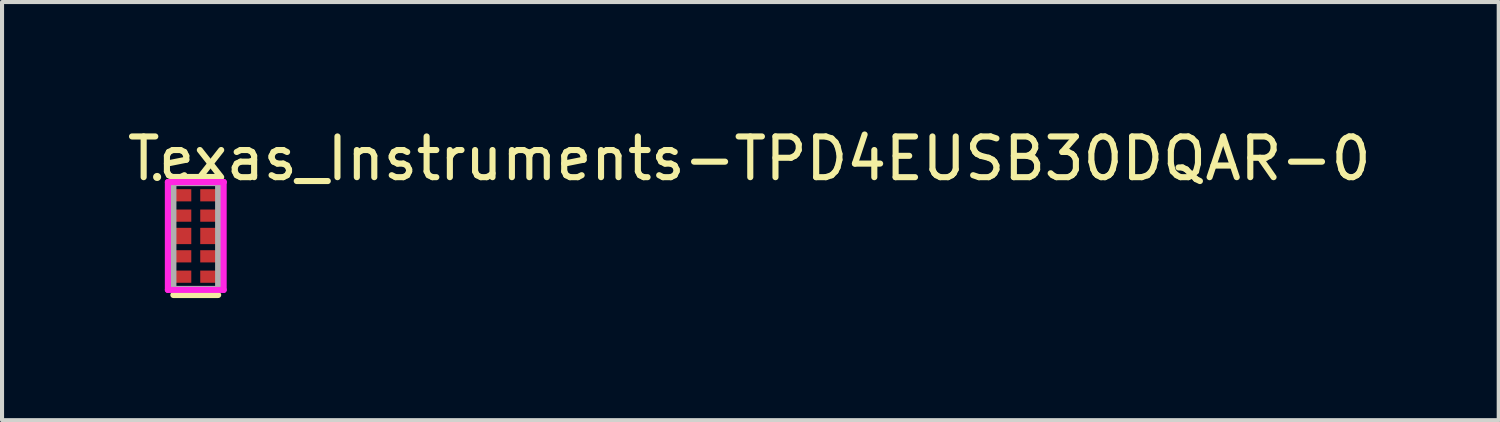
<source format=kicad_pcb>
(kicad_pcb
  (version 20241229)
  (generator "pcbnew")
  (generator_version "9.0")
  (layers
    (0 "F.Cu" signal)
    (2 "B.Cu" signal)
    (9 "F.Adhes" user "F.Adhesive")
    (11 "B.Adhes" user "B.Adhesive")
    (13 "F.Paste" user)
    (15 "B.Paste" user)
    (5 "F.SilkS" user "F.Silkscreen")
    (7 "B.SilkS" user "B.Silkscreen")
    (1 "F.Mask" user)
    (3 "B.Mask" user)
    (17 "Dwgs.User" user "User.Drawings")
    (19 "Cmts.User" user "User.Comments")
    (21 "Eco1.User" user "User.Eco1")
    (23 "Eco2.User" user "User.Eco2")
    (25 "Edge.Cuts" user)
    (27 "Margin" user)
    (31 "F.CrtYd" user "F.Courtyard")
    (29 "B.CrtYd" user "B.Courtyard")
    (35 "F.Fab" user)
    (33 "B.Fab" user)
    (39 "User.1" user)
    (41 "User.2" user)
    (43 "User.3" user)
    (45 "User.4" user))
  (footprint "Texas_Instruments-TPD4EUSB30DQAR-0"
    (layer "F.Cu")
    (at 1.76 2.748)
    (property "Reference" "Texas_Instruments-TPD4EUSB30DQAR-0" (at -1.76 -1.9 0) (layer "F.SilkS") (effects (font (size 1 1) (thickness 0.15)) (justify left)))
    (attr through_hole)
    (fp_line (start -0.55 -1.45) (end 0.55 -1.45) (stroke (width 0.15) (type solid)) (layer "F.SilkS"))
    (fp_line (start -0.55 1.45) (end 0.55 1.45) (stroke (width 0.15) (type solid)) (layer "F.SilkS"))
    (fp_circle (center -0.95 -1.45) (end -0.9 -1.45) (stroke (width 0.1) (type solid)) (fill no) (layer "F.SilkS"))
    (fp_line (start -0.685 -1.325) (end -0.685 1.325) (stroke (width 0.15) (type solid)) (layer "F.CrtYd"))
    (fp_line (start -0.685 1.325) (end 0.685 1.325) (stroke (width 0.15) (type solid)) (layer "F.CrtYd"))
    (fp_line (start 0.685 -1.325) (end -0.685 -1.325) (stroke (width 0.15) (type solid)) (layer "F.CrtYd"))
    (fp_line (start 0.685 -1.325) (end 0.685 -1.325) (stroke (width 0.15) (type solid)) (layer "F.CrtYd"))
    (fp_line (start 0.685 1.325) (end 0.685 -1.325) (stroke (width 0.15) (type solid)) (layer "F.CrtYd"))
    (fp_line (start -0.55 -1.3) (end 0.55 -1.3) (stroke (width 0.15) (type solid)) (layer "F.Fab"))
    (fp_line (start -0.55 1.3) (end -0.55 -1.3) (stroke (width 0.15) (type solid)) (layer "F.Fab"))
    (fp_line (start 0.55 -1.3) (end 0.55 1.3) (stroke (width 0.15) (type solid)) (layer "F.Fab"))
    (fp_line (start 0.55 1.3) (end -0.55 1.3) (stroke (width 0.15) (type solid)) (layer "F.Fab"))
    (pad "1" smd rect (at -0.385 -1 270) (size 0.3 0.55) (layers "F.Cu" "F.Mask" "F.Paste"))
    (pad "2" smd rect (at -0.385 -0.5 270) (size 0.3 0.55) (layers "F.Cu" "F.Mask" "F.Paste"))
    (pad "3" smd rect (at -0.385 -0.000004 270) (size 0.4 0.55) (layers "F.Cu" "F.Mask" "F.Paste"))
    (pad "4" smd rect (at -0.385 0.5 270) (size 0.3 0.55) (layers "F.Cu" "F.Mask" "F.Paste"))
    (pad "5" smd rect (at -0.385 1 270) (size 0.3 0.55) (layers "F.Cu" "F.Mask" "F.Paste"))
    (pad "6" smd rect (at 0.385 1 270) (size 0.3 0.55) (layers "F.Cu" "F.Mask" "F.Paste"))
    (pad "7" smd rect (at 0.385 0.5 270) (size 0.3 0.55) (layers "F.Cu" "F.Mask" "F.Paste"))
    (pad "8" smd rect (at 0.385 -0.000004 270) (size 0.4 0.55) (layers "F.Cu" "F.Mask" "F.Paste"))
    (pad "9" smd rect (at 0.385 -0.5 270) (size 0.3 0.55) (layers "F.Cu" "F.Mask" "F.Paste"))
    (pad "10" smd rect (at 0.385 -1 270) (size 0.3 0.55) (layers "F.Cu" "F.Mask" "F.Paste")))
  (gr_rect
    (start -3 -3)
    (end 33.774 7.273)
    (stroke (width 0.1) (type default))
    (fill no)
    (layer "Edge.Cuts")))
</source>
